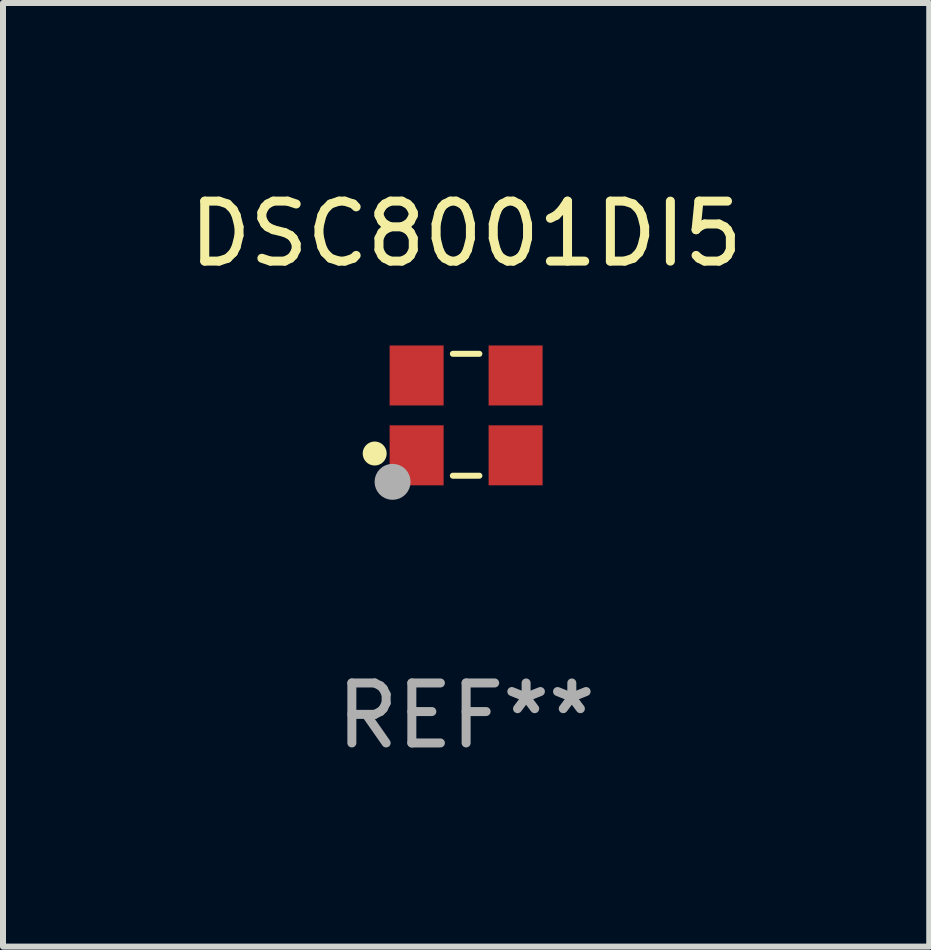
<source format=kicad_pcb>
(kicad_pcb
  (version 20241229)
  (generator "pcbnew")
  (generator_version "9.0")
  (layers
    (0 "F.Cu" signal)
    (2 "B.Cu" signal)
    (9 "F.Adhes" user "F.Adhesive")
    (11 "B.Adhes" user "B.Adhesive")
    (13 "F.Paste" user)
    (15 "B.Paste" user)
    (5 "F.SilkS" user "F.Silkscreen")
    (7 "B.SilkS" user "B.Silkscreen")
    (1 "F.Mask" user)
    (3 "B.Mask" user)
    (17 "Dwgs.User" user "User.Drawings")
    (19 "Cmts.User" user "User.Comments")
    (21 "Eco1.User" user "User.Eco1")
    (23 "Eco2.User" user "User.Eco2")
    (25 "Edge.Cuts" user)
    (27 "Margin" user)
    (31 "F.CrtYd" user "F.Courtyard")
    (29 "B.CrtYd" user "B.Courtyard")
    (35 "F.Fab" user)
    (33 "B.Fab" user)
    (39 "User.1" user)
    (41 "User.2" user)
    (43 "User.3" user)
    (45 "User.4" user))
  (footprint "DSC8001DI5"
    (layer "F.Cu")
    (at 4.72 3.864)
    (property "Reference" "DSC8001DI5" (at 0 -3.016 0) (layer "F.SilkS") (effects (font (size 1 1) (thickness 0.15))))
    (attr through_hole)
    (fp_line (start -0.221 -1.016) (end 0.221 -1.016) (stroke (width 0.1) (type solid)) (layer "F.SilkS"))
    (fp_line (start -0.221 1.016) (end 0.221 1.016) (stroke (width 0.1) (type solid)) (layer "F.SilkS"))
    (fp_circle (center -1.524 0.646) (end -1.424 0.646) (stroke (width 0.2) (type solid)) (fill no) (layer "F.SilkS"))
    (fp_circle (center -1.25 1) (end -1.22 1) (stroke (width 0.06) (type solid)) (fill no) (layer "F.SilkS"))
    (fp_circle (center -1.226 1.118) (end -1.076 1.118) (stroke (width 0.3) (type solid)) (fill no) (layer "F.Fab"))
    (fp_text user "REF**" (at 0 5.016 0) (layer "F.Fab") (effects (font (size 1 1) (thickness 0.15))))
    (pad "1" smd rect (at -0.825 0.676) (size 0.9 1) (layers "F.Cu" "F.Mask" "F.Paste"))
    (pad "2" smd rect (at 0.825 0.676) (size 0.9 1) (layers "F.Cu" "F.Mask" "F.Paste"))
    (pad "3" smd rect (at 0.825 -0.655) (size 0.9 1) (layers "F.Cu" "F.Mask" "F.Paste"))
    (pad "4" smd rect (at -0.825 -0.655) (size 0.9 1) (layers "F.Cu" "F.Mask" "F.Paste")))
  (gr_rect
    (start -3 -3)
    (end 12.44 12.729)
    (stroke (width 0.1) (type default))
    (fill no)
    (layer "Edge.Cuts")))
</source>
